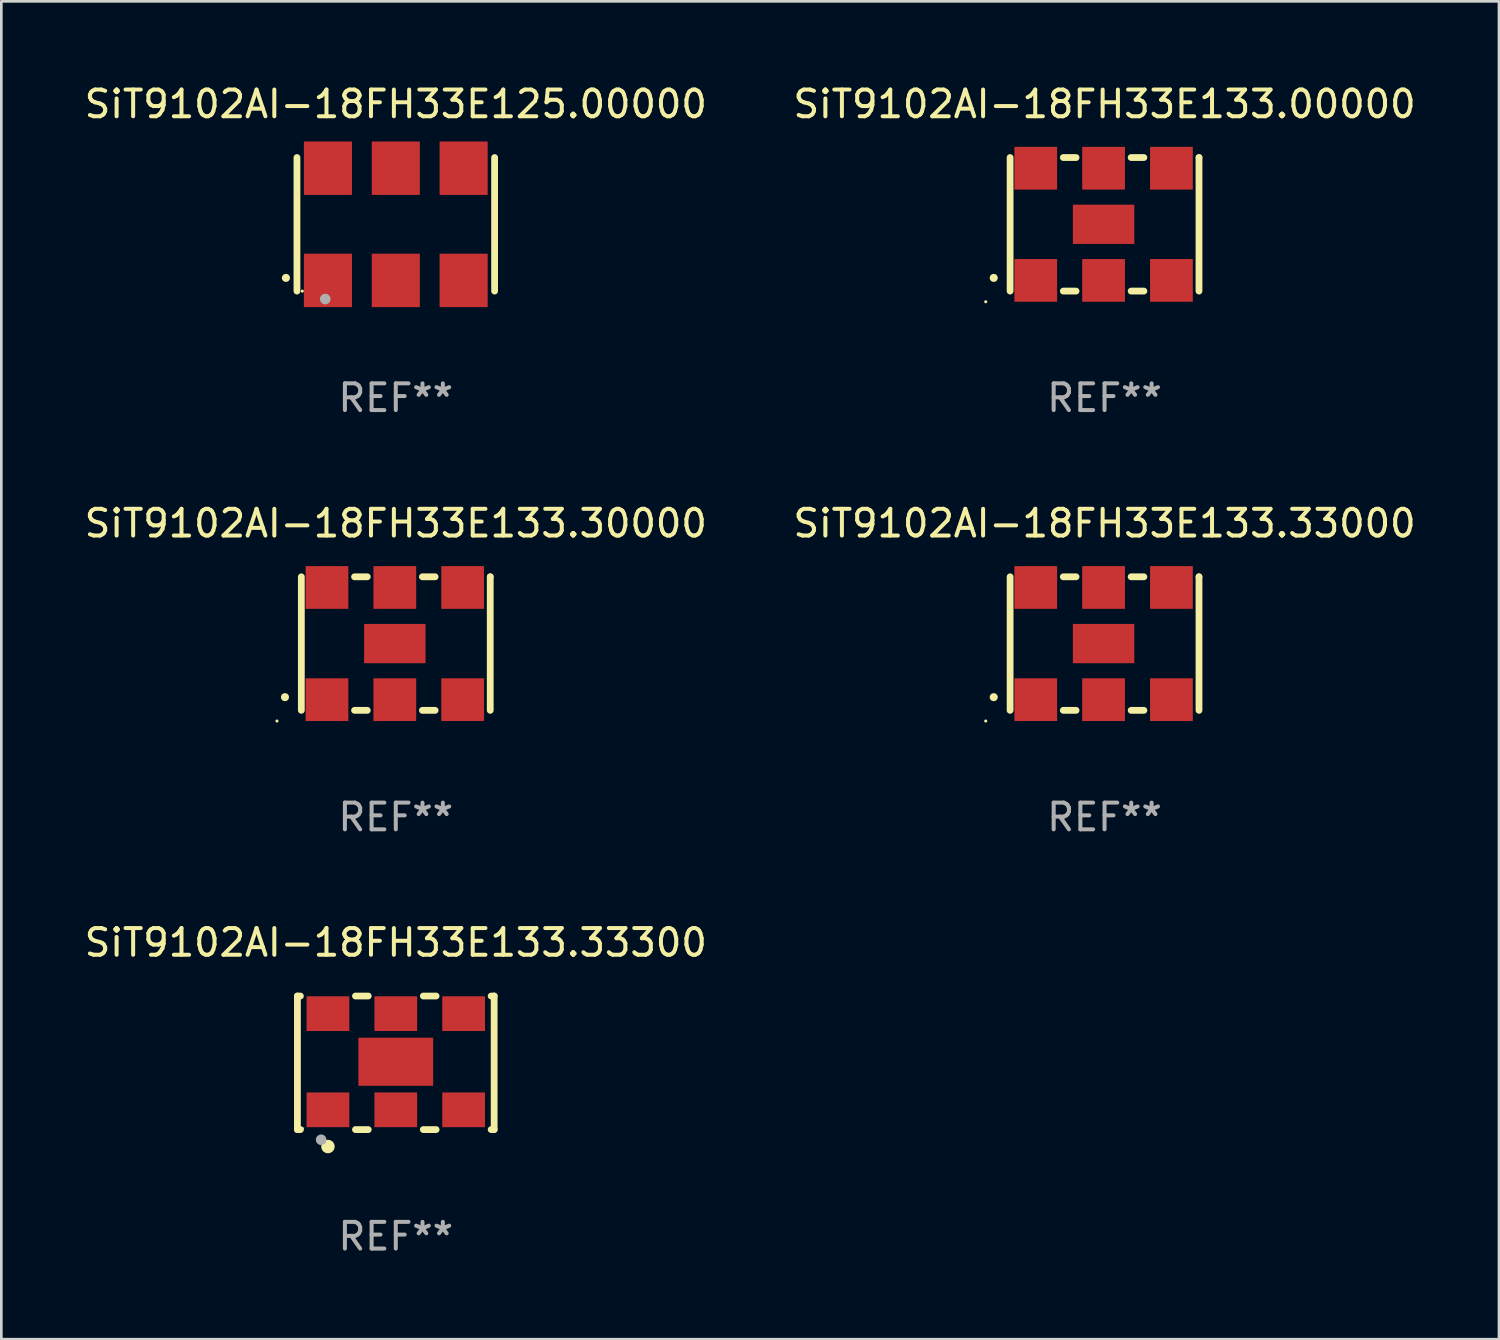
<source format=kicad_pcb>
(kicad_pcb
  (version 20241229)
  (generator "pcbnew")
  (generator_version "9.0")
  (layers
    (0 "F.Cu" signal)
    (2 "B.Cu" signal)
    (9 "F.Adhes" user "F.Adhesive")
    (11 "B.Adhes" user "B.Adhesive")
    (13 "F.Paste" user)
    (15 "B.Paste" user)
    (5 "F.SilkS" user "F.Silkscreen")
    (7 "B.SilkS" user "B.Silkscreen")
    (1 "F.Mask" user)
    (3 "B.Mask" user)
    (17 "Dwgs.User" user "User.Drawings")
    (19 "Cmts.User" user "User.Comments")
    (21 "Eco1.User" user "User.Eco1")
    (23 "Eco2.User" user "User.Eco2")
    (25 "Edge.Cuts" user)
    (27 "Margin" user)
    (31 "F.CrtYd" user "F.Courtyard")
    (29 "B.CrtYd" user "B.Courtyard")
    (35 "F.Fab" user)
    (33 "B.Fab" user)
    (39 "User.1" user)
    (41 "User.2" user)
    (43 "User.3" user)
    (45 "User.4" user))
  (footprint "SiT9102AI-18FH33E133.30000"
    (layer "F.Cu")
    (at 11.768 21.045)
    (property "Reference" "SiT9102AI-18FH33E133.30000" (at 0 -4.5 0) (layer "F.SilkS") (effects (font (size 1 1) (thickness 0.15))))
    (attr through_hole)
    (fp_line (start -3.536 -2.5) (end -3.536 2.5) (stroke (width 0.254) (type solid)) (layer "F.SilkS"))
    (fp_line (start -1.544 2.5) (end -1.067 2.5) (stroke (width 0.254) (type solid)) (layer "F.SilkS"))
    (fp_line (start -1.067 -2.5) (end -1.544 -2.5) (stroke (width 0.254) (type solid)) (layer "F.SilkS"))
    (fp_line (start 0.996 2.5) (end 1.473 2.5) (stroke (width 0.254) (type solid)) (layer "F.SilkS"))
    (fp_line (start 1.473 -2.5) (end 0.996 -2.5) (stroke (width 0.254) (type solid)) (layer "F.SilkS"))
    (fp_line (start 3.536 -2.5) (end 3.536 -2.5) (stroke (width 0.254) (type solid)) (layer "F.SilkS"))
    (fp_line (start 3.536 2.5) (end 3.536 -2.5) (stroke (width 0.254) (type solid)) (layer "F.SilkS"))
    (fp_arc (start -4.150432 2.006604) (mid -4.149162 2.006599) (end -4.147892 2.006604) (stroke (width 0.3) (type solid)) (layer "F.SilkS"))
    (fp_circle (center -4.449 2.9) (end -4.419 2.9) (stroke (width 0.06) (type solid)) (fill no) (layer "F.SilkS"))
    (fp_text user "REF**" (at 0 6.5 0) (layer "F.Fab") (effects (font (size 1 1) (thickness 0.15))))
    (pad "1" smd rect (at -2.576 2.1) (size 1.6 1.6) (layers "F.Cu" "F.Mask" "F.Paste"))
    (pad "2" smd rect (at -0.036 2.1) (size 1.6 1.6) (layers "F.Cu" "F.Mask" "F.Paste"))
    (pad "3" smd rect (at 2.504 2.1) (size 1.6 1.6) (layers "F.Cu" "F.Mask" "F.Paste"))
    (pad "4" smd rect (at 2.504 -2.1) (size 1.6 1.6) (layers "F.Cu" "F.Mask" "F.Paste"))
    (pad "5" smd rect (at -0.036 -2.1) (size 1.6 1.6) (layers "F.Cu" "F.Mask" "F.Paste"))
    (pad "6" smd rect (at -2.576 -2.1) (size 1.6 1.6) (layers "F.Cu" "F.Mask" "F.Paste"))
    (pad "7" smd rect (at -0.036 0) (size 2.3 1.47) (layers "F.Cu" "F.Mask" "F.Paste")))
  (footprint "SiT9102AI-18FH33E125.00000"
    (layer "F.Cu")
    (at 11.768 5.348)
    (property "Reference" "SiT9102AI-18FH33E125.00000" (at 0 -4.5 0) (layer "F.SilkS") (effects (font (size 1 1) (thickness 0.15))))
    (attr through_hole)
    (fp_line (start -3.7 -2.5) (end -3.7 2.5) (stroke (width 0.254) (type solid)) (layer "F.SilkS"))
    (fp_line (start 3.7 -2.5) (end 3.7 2.5) (stroke (width 0.254) (type solid)) (layer "F.SilkS"))
    (fp_arc (start -4.114415 2.006604) (mid -4.113145 2.006599) (end -4.111875 2.006604) (stroke (width 0.3) (type solid)) (layer "F.SilkS"))
    (fp_circle (center -3.5 2.501) (end -3.47 2.501) (stroke (width 0.06) (type solid)) (fill no) (layer "F.SilkS"))
    (fp_circle (center -2.641 2.799) (end -2.541 2.799) (stroke (width 0.2) (type solid)) (fill no) (layer "F.Fab"))
    (fp_text user "REF**" (at 0 6.5 0) (layer "F.Fab") (effects (font (size 1 1) (thickness 0.15))))
    (pad "1" smd rect (at -2.54 2.1) (size 1.8 2) (layers "F.Cu" "F.Mask" "F.Paste"))
    (pad "2" smd rect (at 0.000394 2.1) (size 1.8 2) (layers "F.Cu" "F.Mask" "F.Paste"))
    (pad "3" smd rect (at 2.54 2.1) (size 1.8 2) (layers "F.Cu" "F.Mask" "F.Paste"))
    (pad "4" smd rect (at 2.54 -2.1) (size 1.8 2) (layers "F.Cu" "F.Mask" "F.Paste"))
    (pad "5" smd rect (at 0.000394 -2.1) (size 1.8 2) (layers "F.Cu" "F.Mask" "F.Paste"))
    (pad "6" smd rect (at -2.54 -2.1) (size 1.8 2) (layers "F.Cu" "F.Mask" "F.Paste")))
  (footprint "SiT9102AI-18FH33E133.33000"
    (layer "F.Cu")
    (at 38.304 21.045)
    (property "Reference" "SiT9102AI-18FH33E133.33000" (at 0 -4.5 0) (layer "F.SilkS") (effects (font (size 1 1) (thickness 0.15))))
    (attr through_hole)
    (fp_line (start -3.536 -2.5) (end -3.536 2.5) (stroke (width 0.254) (type solid)) (layer "F.SilkS"))
    (fp_line (start -1.544 2.5) (end -1.067 2.5) (stroke (width 0.254) (type solid)) (layer "F.SilkS"))
    (fp_line (start -1.067 -2.5) (end -1.544 -2.5) (stroke (width 0.254) (type solid)) (layer "F.SilkS"))
    (fp_line (start 0.996 2.5) (end 1.473 2.5) (stroke (width 0.254) (type solid)) (layer "F.SilkS"))
    (fp_line (start 1.473 -2.5) (end 0.996 -2.5) (stroke (width 0.254) (type solid)) (layer "F.SilkS"))
    (fp_line (start 3.536 -2.5) (end 3.536 -2.5) (stroke (width 0.254) (type solid)) (layer "F.SilkS"))
    (fp_line (start 3.536 2.5) (end 3.536 -2.5) (stroke (width 0.254) (type solid)) (layer "F.SilkS"))
    (fp_arc (start -4.150432 2.006604) (mid -4.149162 2.006599) (end -4.147892 2.006604) (stroke (width 0.3) (type solid)) (layer "F.SilkS"))
    (fp_circle (center -4.449 2.9) (end -4.419 2.9) (stroke (width 0.06) (type solid)) (fill no) (layer "F.SilkS"))
    (fp_text user "REF**" (at 0 6.5 0) (layer "F.Fab") (effects (font (size 1 1) (thickness 0.15))))
    (pad "1" smd rect (at -2.576 2.1) (size 1.6 1.6) (layers "F.Cu" "F.Mask" "F.Paste"))
    (pad "2" smd rect (at -0.036 2.1) (size 1.6 1.6) (layers "F.Cu" "F.Mask" "F.Paste"))
    (pad "3" smd rect (at 2.504 2.1) (size 1.6 1.6) (layers "F.Cu" "F.Mask" "F.Paste"))
    (pad "4" smd rect (at 2.504 -2.1) (size 1.6 1.6) (layers "F.Cu" "F.Mask" "F.Paste"))
    (pad "5" smd rect (at -0.036 -2.1) (size 1.6 1.6) (layers "F.Cu" "F.Mask" "F.Paste"))
    (pad "6" smd rect (at -2.576 -2.1) (size 1.6 1.6) (layers "F.Cu" "F.Mask" "F.Paste"))
    (pad "7" smd rect (at -0.036 0) (size 2.3 1.47) (layers "F.Cu" "F.Mask" "F.Paste")))
  (footprint "SiT9102AI-18FH33E133.00000"
    (layer "F.Cu")
    (at 38.304 5.348)
    (property "Reference" "SiT9102AI-18FH33E133.00000" (at 0 -4.5 0) (layer "F.SilkS") (effects (font (size 1 1) (thickness 0.15))))
    (attr through_hole)
    (fp_line (start -3.536 -2.5) (end -3.536 2.5) (stroke (width 0.254) (type solid)) (layer "F.SilkS"))
    (fp_line (start -1.544 2.5) (end -1.067 2.5) (stroke (width 0.254) (type solid)) (layer "F.SilkS"))
    (fp_line (start -1.067 -2.5) (end -1.544 -2.5) (stroke (width 0.254) (type solid)) (layer "F.SilkS"))
    (fp_line (start 0.996 2.5) (end 1.473 2.5) (stroke (width 0.254) (type solid)) (layer "F.SilkS"))
    (fp_line (start 1.473 -2.5) (end 0.996 -2.5) (stroke (width 0.254) (type solid)) (layer "F.SilkS"))
    (fp_line (start 3.536 -2.5) (end 3.536 -2.5) (stroke (width 0.254) (type solid)) (layer "F.SilkS"))
    (fp_line (start 3.536 2.5) (end 3.536 -2.5) (stroke (width 0.254) (type solid)) (layer "F.SilkS"))
    (fp_arc (start -4.150432 2.006604) (mid -4.149162 2.006599) (end -4.147892 2.006604) (stroke (width 0.3) (type solid)) (layer "F.SilkS"))
    (fp_circle (center -4.449 2.9) (end -4.419 2.9) (stroke (width 0.06) (type solid)) (fill no) (layer "F.SilkS"))
    (fp_text user "REF**" (at 0 6.5 0) (layer "F.Fab") (effects (font (size 1 1) (thickness 0.15))))
    (pad "1" smd rect (at -2.576 2.1) (size 1.6 1.6) (layers "F.Cu" "F.Mask" "F.Paste"))
    (pad "2" smd rect (at -0.036 2.1) (size 1.6 1.6) (layers "F.Cu" "F.Mask" "F.Paste"))
    (pad "3" smd rect (at 2.504 2.1) (size 1.6 1.6) (layers "F.Cu" "F.Mask" "F.Paste"))
    (pad "4" smd rect (at 2.504 -2.1) (size 1.6 1.6) (layers "F.Cu" "F.Mask" "F.Paste"))
    (pad "5" smd rect (at -0.036 -2.1) (size 1.6 1.6) (layers "F.Cu" "F.Mask" "F.Paste"))
    (pad "6" smd rect (at -2.576 -2.1) (size 1.6 1.6) (layers "F.Cu" "F.Mask" "F.Paste"))
    (pad "7" smd rect (at -0.036 0) (size 2.3 1.47) (layers "F.Cu" "F.Mask" "F.Paste")))
  (footprint "SiT9102AI-18FH33E133.33300"
    (layer "F.Cu")
    (at 11.768 36.741)
    (property "Reference" "SiT9102AI-18FH33E133.33300" (at 0 -4.5 0) (layer "F.SilkS") (effects (font (size 1 1) (thickness 0.15))))
    (attr through_hole)
    (fp_line (start -3.683 -2.5) (end -3.571 -2.5) (stroke (width 0.254) (type solid)) (layer "F.SilkS"))
    (fp_line (start -3.683 2.5) (end -3.683 -2.5) (stroke (width 0.254) (type solid)) (layer "F.SilkS"))
    (fp_line (start -3.683 2.5) (end -3.571 2.5) (stroke (width 0.254) (type solid)) (layer "F.SilkS"))
    (fp_line (start -1.509 -2.5) (end -1.031 -2.5) (stroke (width 0.254) (type solid)) (layer "F.SilkS"))
    (fp_line (start -1.509 2.5) (end -1.031 2.5) (stroke (width 0.254) (type solid)) (layer "F.SilkS"))
    (fp_line (start 1.031 -2.5) (end 1.509 -2.5) (stroke (width 0.254) (type solid)) (layer "F.SilkS"))
    (fp_line (start 1.031 2.5) (end 1.509 2.5) (stroke (width 0.254) (type solid)) (layer "F.SilkS"))
    (fp_line (start 3.571 -2.5) (end 3.683 -2.5) (stroke (width 0.254) (type solid)) (layer "F.SilkS"))
    (fp_line (start 3.571 2.5) (end 3.683 2.5) (stroke (width 0.254) (type solid)) (layer "F.SilkS"))
    (fp_line (start 3.683 2.5) (end 3.683 -2.5) (stroke (width 0.254) (type solid)) (layer "F.SilkS"))
    (fp_circle (center -3.5 2.46) (end -3.47 2.46) (stroke (width 0.06) (type solid)) (fill no) (layer "F.SilkS"))
    (fp_circle (center -2.54 3.135) (end -2.413 3.135) (stroke (width 0.254) (type solid)) (fill no) (layer "F.SilkS"))
    (fp_circle (center -2.794 2.881) (end -2.694 2.881) (stroke (width 0.2) (type solid)) (fill no) (layer "F.Fab"))
    (fp_text user "REF**" (at 0 6.5 0) (layer "F.Fab") (effects (font (size 1 1) (thickness 0.15))))
    (pad "1" smd rect (at -2.54 1.76) (size 1.6 1.3) (layers "F.Cu" "F.Mask" "F.Paste"))
    (pad "2" smd rect (at 0 1.76) (size 1.6 1.3) (layers "F.Cu" "F.Mask" "F.Paste"))
    (pad "3" smd rect (at 2.54 1.76) (size 1.6 1.3) (layers "F.Cu" "F.Mask" "F.Paste"))
    (pad "4" smd rect (at 2.54 -1.84) (size 1.6 1.3) (layers "F.Cu" "F.Mask" "F.Paste"))
    (pad "5" smd rect (at 0 -1.84) (size 1.6 1.3) (layers "F.Cu" "F.Mask" "F.Paste"))
    (pad "6" smd rect (at -2.54 -1.84) (size 1.6 1.3) (layers "F.Cu" "F.Mask" "F.Paste"))
    (pad "7" smd rect (at 0 -0.04) (size 2.8 1.8) (layers "F.Cu" "F.Mask" "F.Paste")))
  (gr_rect
    (start -3 -3)
    (end 53.071 47.09)
    (stroke (width 0.1) (type default))
    (fill no)
    (layer "Edge.Cuts")))
</source>
